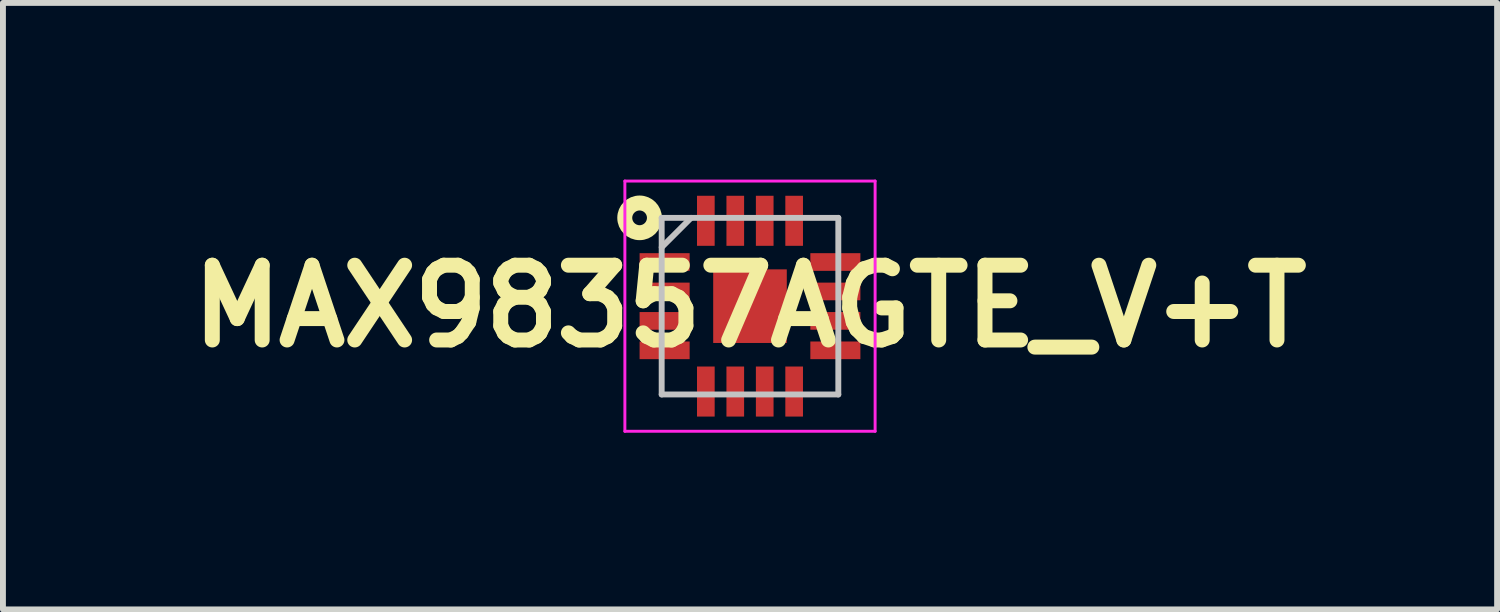
<source format=kicad_pcb>
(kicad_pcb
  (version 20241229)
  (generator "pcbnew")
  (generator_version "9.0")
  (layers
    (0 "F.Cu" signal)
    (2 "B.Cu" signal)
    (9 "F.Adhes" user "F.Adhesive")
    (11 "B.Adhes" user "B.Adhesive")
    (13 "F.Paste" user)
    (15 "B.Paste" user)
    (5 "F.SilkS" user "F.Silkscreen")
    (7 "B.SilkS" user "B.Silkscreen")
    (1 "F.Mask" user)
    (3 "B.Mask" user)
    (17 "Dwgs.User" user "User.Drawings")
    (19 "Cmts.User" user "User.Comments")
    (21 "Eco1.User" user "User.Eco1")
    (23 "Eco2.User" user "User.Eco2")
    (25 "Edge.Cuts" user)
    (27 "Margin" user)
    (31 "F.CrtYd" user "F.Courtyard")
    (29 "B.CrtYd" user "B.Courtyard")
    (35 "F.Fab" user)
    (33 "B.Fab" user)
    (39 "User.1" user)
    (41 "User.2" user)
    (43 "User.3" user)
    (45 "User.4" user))
  (footprint "MAX98357AGTE_V+T"
    (layer "F.Cu")
    (at 9.688 2.15)
    (property "Reference" "MAX98357AGTE_V+T" (at 0 0 0) (layer "F.SilkS") (effects (font (size 1.27 1.27) (thickness 0.254))))
    (attr smd)
    (fp_circle (center -1.875 -1.5) (end -1.75 -1.5) (stroke (width 0.254) (type solid)) (fill no) (layer "F.SilkS"))
    (fp_line (start -1.5 -1.5) (end 1.5 -1.5) (stroke (width 0.1) (type solid)) (layer "Dwgs.User"))
    (fp_line (start -1.5 -1) (end -1 -1.5) (stroke (width 0.1) (type solid)) (layer "Dwgs.User"))
    (fp_line (start -1.5 1.5) (end -1.5 -1.5) (stroke (width 0.1) (type solid)) (layer "Dwgs.User"))
    (fp_line (start 1.5 -1.5) (end 1.5 1.5) (stroke (width 0.1) (type solid)) (layer "Dwgs.User"))
    (fp_line (start 1.5 1.5) (end -1.5 1.5) (stroke (width 0.1) (type solid)) (layer "Dwgs.User"))
    (fp_line (start -2.125 -2.125) (end 2.125 -2.125) (stroke (width 0.05) (type solid)) (layer "F.CrtYd"))
    (fp_line (start -2.125 2.125) (end -2.125 -2.125) (stroke (width 0.05) (type solid)) (layer "F.CrtYd"))
    (fp_line (start 2.125 -2.125) (end 2.125 2.125) (stroke (width 0.05) (type solid)) (layer "F.CrtYd"))
    (fp_line (start 2.125 2.125) (end -2.125 2.125) (stroke (width 0.05) (type solid)) (layer "F.CrtYd"))
    (pad "1" smd rect (at -1.45 -0.75 90) (size 0.3 0.85) (layers "F.Cu" "F.Mask" "F.Paste"))
    (pad "2" smd rect (at -1.45 -0.25 90) (size 0.3 0.85) (layers "F.Cu" "F.Mask" "F.Paste"))
    (pad "3" smd rect (at -1.45 0.25 90) (size 0.3 0.85) (layers "F.Cu" "F.Mask" "F.Paste"))
    (pad "4" smd rect (at -1.45 0.75 90) (size 0.3 0.85) (layers "F.Cu" "F.Mask" "F.Paste"))
    (pad "5" smd rect (at -0.75 1.45) (size 0.3 0.85) (layers "F.Cu" "F.Mask" "F.Paste"))
    (pad "6" smd rect (at -0.25 1.45) (size 0.3 0.85) (layers "F.Cu" "F.Mask" "F.Paste"))
    (pad "7" smd rect (at 0.25 1.45) (size 0.3 0.85) (layers "F.Cu" "F.Mask" "F.Paste"))
    (pad "8" smd rect (at 0.75 1.45) (size 0.3 0.85) (layers "F.Cu" "F.Mask" "F.Paste"))
    (pad "9" smd rect (at 1.45 0.75 90) (size 0.3 0.85) (layers "F.Cu" "F.Mask" "F.Paste"))
    (pad "10" smd rect (at 1.45 0.25 90) (size 0.3 0.85) (layers "F.Cu" "F.Mask" "F.Paste"))
    (pad "11" smd rect (at 1.45 -0.25 90) (size 0.3 0.85) (layers "F.Cu" "F.Mask" "F.Paste"))
    (pad "12" smd rect (at 1.45 -0.75 90) (size 0.3 0.85) (layers "F.Cu" "F.Mask" "F.Paste"))
    (pad "13" smd rect (at 0.75 -1.45) (size 0.3 0.85) (layers "F.Cu" "F.Mask" "F.Paste"))
    (pad "14" smd rect (at 0.25 -1.45) (size 0.3 0.85) (layers "F.Cu" "F.Mask" "F.Paste"))
    (pad "15" smd rect (at -0.25 -1.45) (size 0.3 0.85) (layers "F.Cu" "F.Mask" "F.Paste"))
    (pad "16" smd rect (at -0.75 -1.45) (size 0.3 0.85) (layers "F.Cu" "F.Mask" "F.Paste"))
    (pad "17" smd rect (at 0 0) (size 1.25 1.25) (layers "F.Cu" "F.Mask" "F.Paste")))
  (gr_rect
    (start -3 -3)
    (end 22.377 7.3)
    (stroke (width 0.1) (type default))
    (fill no)
    (layer "Edge.Cuts")))
</source>
